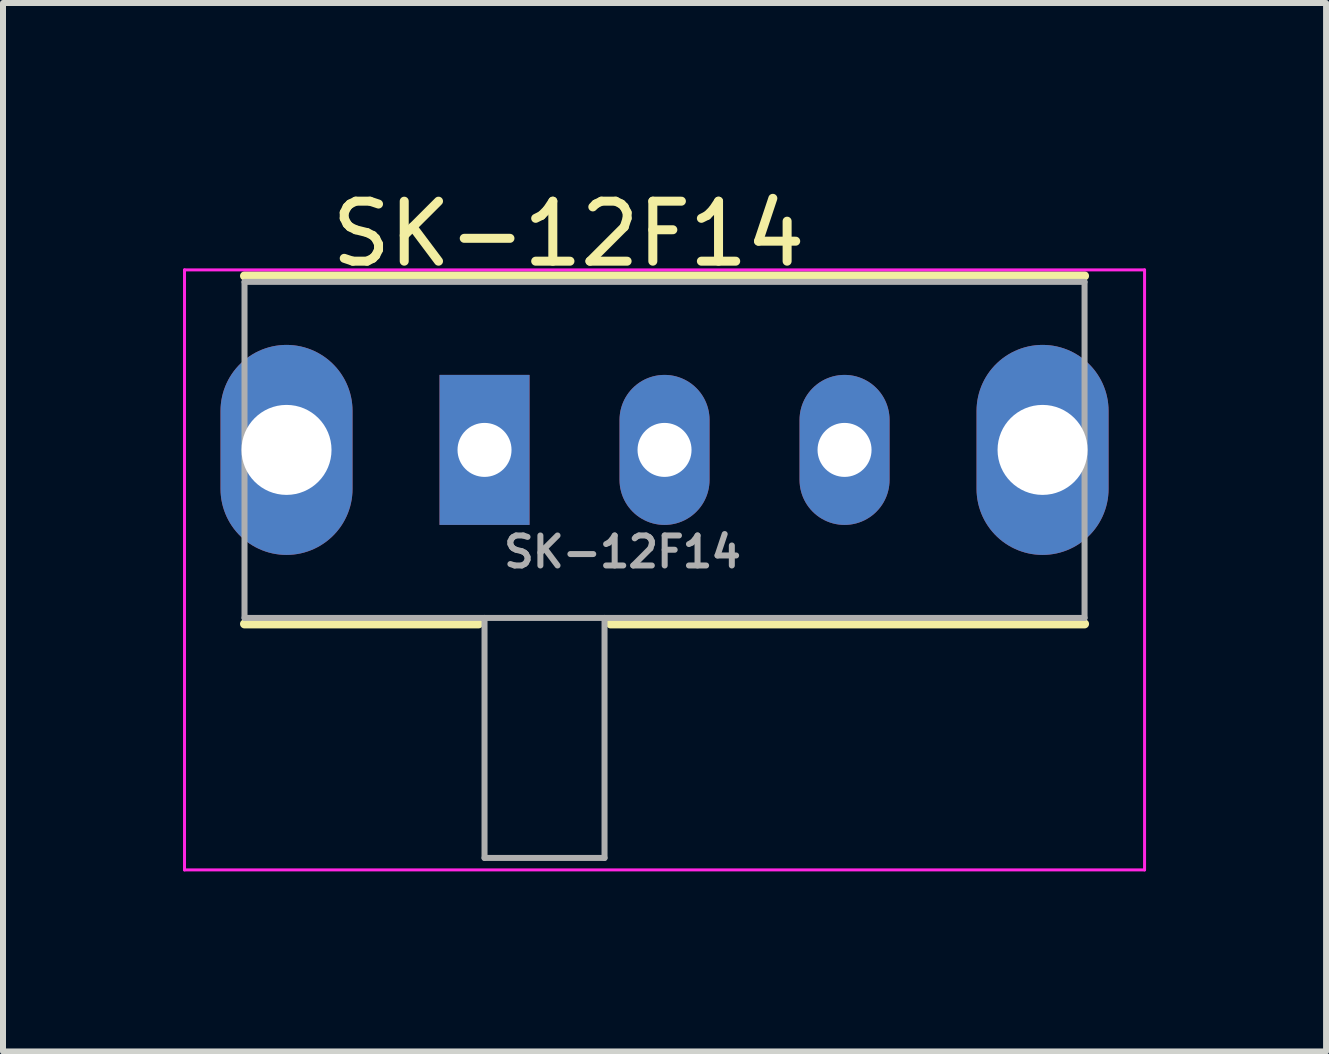
<source format=kicad_pcb>
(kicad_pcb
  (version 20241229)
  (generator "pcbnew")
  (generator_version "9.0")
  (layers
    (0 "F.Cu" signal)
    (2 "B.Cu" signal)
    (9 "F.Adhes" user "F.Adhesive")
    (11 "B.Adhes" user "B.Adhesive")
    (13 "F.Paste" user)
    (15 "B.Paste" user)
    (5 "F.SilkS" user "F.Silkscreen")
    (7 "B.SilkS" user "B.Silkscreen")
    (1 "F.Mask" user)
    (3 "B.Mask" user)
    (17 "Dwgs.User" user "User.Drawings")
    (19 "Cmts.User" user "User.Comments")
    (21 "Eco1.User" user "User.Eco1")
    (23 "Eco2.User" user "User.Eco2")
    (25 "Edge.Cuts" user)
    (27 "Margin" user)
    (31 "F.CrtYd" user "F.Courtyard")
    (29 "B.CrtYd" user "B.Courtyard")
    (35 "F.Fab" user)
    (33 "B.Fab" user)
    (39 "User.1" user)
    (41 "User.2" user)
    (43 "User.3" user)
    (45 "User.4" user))
  (footprint "SK-12F14"
    (layer "F.Cu")
    (at 5.025 4.448)
    (property "Reference" "SK-12F14" (at 1.4 -3.6 0) (layer "F.SilkS") (effects (font (size 1 1) (thickness 0.15))))
    (attr through_hole)
    (fp_line (start -4 -2.9) (end 10 -2.9) (stroke (width 0.15) (type solid)) (layer "F.SilkS"))
    (fp_line (start -4 2.9) (end -0.1 2.9) (stroke (width 0.15) (type solid)) (layer "F.SilkS"))
    (fp_line (start 2.1 2.9) (end 10 2.9) (stroke (width 0.15) (type solid)) (layer "F.SilkS"))
    (fp_line (start -5 -3) (end -5 7) (stroke (width 0.05) (type solid)) (layer "F.CrtYd"))
    (fp_line (start -5 -3) (end 11 -3) (stroke (width 0.05) (type solid)) (layer "F.CrtYd"))
    (fp_line (start 11 -3) (end 11 7) (stroke (width 0.05) (type solid)) (layer "F.CrtYd"))
    (fp_line (start 11 7) (end -5 7) (stroke (width 0.05) (type solid)) (layer "F.CrtYd"))
    (fp_line (start -4 -2.8) (end 10 -2.8) (stroke (width 0.1) (type solid)) (layer "F.Fab"))
    (fp_line (start -4 2.8) (end -4 -2.8) (stroke (width 0.1) (type solid)) (layer "F.Fab"))
    (fp_line (start -4 2.8) (end 10 2.8) (stroke (width 0.1) (type solid)) (layer "F.Fab"))
    (fp_line (start 0 6.8) (end 0 2.8) (stroke (width 0.1) (type solid)) (layer "F.Fab"))
    (fp_line (start 2 2.8) (end 2 6.8) (stroke (width 0.1) (type solid)) (layer "F.Fab"))
    (fp_line (start 2 6.8) (end 0 6.8) (stroke (width 0.1) (type solid)) (layer "F.Fab"))
    (fp_line (start 10 2.8) (end 10 -2.8) (stroke (width 0.1) (type solid)) (layer "F.Fab"))
    (fp_text user "${REFERENCE}" (at 2.3 1.7 0) (layer "F.Fab") (effects (font (size 0.5 0.5) (thickness 0.1))))
    (pad "" thru_hole oval (at -3.3 0) (size 2.2 3.5) (drill 1.5) (layers "*.Cu" "*.Mask"))
    (pad "" thru_hole oval (at 9.3 0) (size 2.2 3.5) (drill 1.5) (layers "*.Cu" "*.Mask"))
    (pad "1" thru_hole rect (at 0 0) (size 1.5 2.5) (drill 0.9) (layers "*.Cu" "*.Mask"))
    (pad "2" thru_hole oval (at 3 0) (size 1.5 2.5) (drill 0.9) (layers "*.Cu" "*.Mask"))
    (pad "3" thru_hole oval (at 6 0) (size 1.5 2.5) (drill 0.9) (layers "*.Cu" "*.Mask")))
  (gr_rect
    (start -3 -3)
    (end 19.05 14.473)
    (stroke (width 0.1) (type default))
    (fill no)
    (layer "Edge.Cuts")))
</source>
